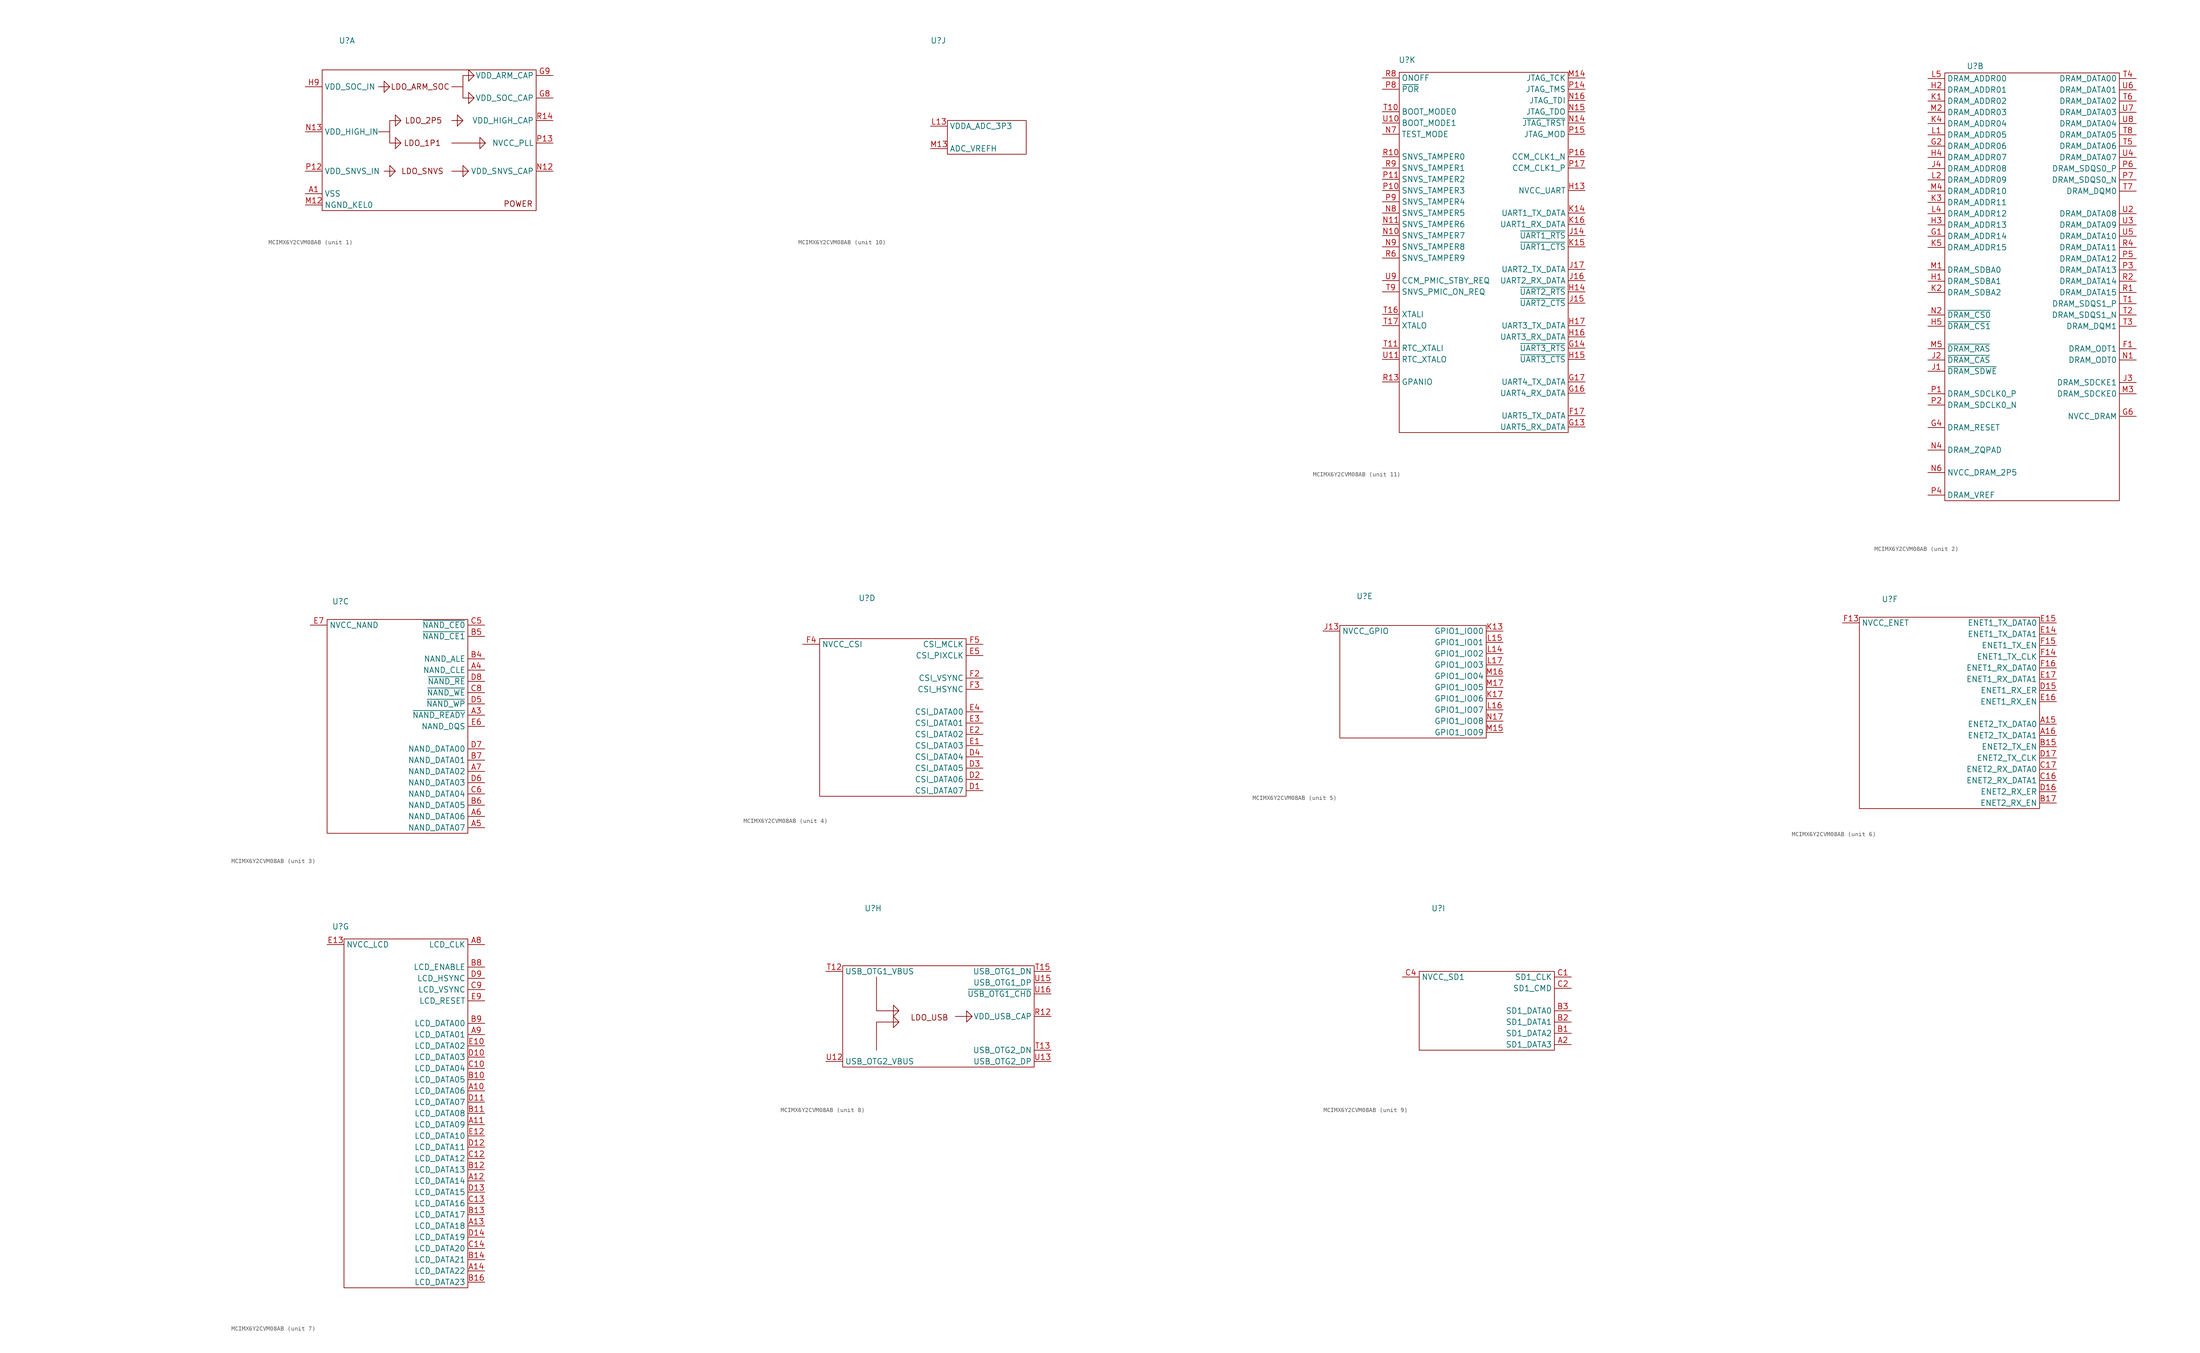
<source format=kicad_sym>
(kicad_symbol_lib
  (version 20231120)
  (generator "kicad_symbol_editor")
  (generator_version "8.0")
  (symbol "MCIMX6Y2CVM08AB"
    (property "Reference" "U"
      (at -16.002 20.574 0)
      (effects (font (size 1.27 1.27))))
    (property "Value" ""
      (at -78.994 -19.558 0)
      (effects (font (size 1.27 1.27))))
    (property "ki_locked" ""
      (at 0 0 0)
      (effects (font (size 1.27 1.27))))
    (symbol "MCIMX6Y2CVM08AB_1_1"
      (rectangle (start -21.59 13.97) (end 26.67 -17.78) (stroke (width 0) (type default)) (fill (type none)))
      (polyline (pts (xy -8.89 10.16) (xy -6.35 10.16) (xy -7.62 11.43) (xy -7.62 8.89) (xy -6.35 10.16)) (stroke (width 0) (type default)) (fill (type none)))
      (polyline (pts (xy -7.62 -8.89) (xy -5.08 -8.89) (xy -6.35 -7.62) (xy -6.35 -10.16) (xy -5.08 -8.89)) (stroke (width 0) (type default)) (fill (type none)))
      (polyline (pts (xy 7.62 -8.89) (xy 11.43 -8.89) (xy 10.16 -7.62) (xy 10.16 -10.16) (xy 11.43 -8.89)) (stroke (width 0) (type default)) (fill (type none)))
      (polyline (pts (xy 7.62 -2.54) (xy 15.24 -2.54) (xy 13.97 -1.27) (xy 13.97 -3.81) (xy 15.24 -2.54)) (stroke (width 0) (type default)) (fill (type none)))
      (polyline (pts (xy 7.62 2.54) (xy 10.16 2.54) (xy 8.89 3.81) (xy 8.89 1.27) (xy 10.16 2.54)) (stroke (width 0) (type default)) (fill (type none)))
      (polyline (pts (xy -6.35 0) (xy -6.35 -2.54) (xy -3.81 -2.54) (xy -5.08 -1.27) (xy -5.08 -3.81) (xy -3.81 -2.54)) (stroke (width 0) (type default)) (fill (type none)))
      (polyline (pts (xy 10.16 10.16) (xy 10.16 7.62) (xy 12.7 7.62) (xy 11.43 8.89) (xy 11.43 6.35) (xy 12.7 7.62)) (stroke (width 0) (type default)) (fill (type none)))
      (polyline (pts (xy -8.89 0) (xy -6.35 0) (xy -6.35 2.54) (xy -3.81 2.54) (xy -5.08 3.81) (xy -5.08 1.27) (xy -3.81 2.54)) (stroke (width 0) (type default)) (fill (type none)))
      (polyline (pts (xy 7.62 10.16) (xy 10.16 10.16) (xy 10.16 12.7) (xy 12.7 12.7) (xy 11.43 13.97) (xy 11.43 11.43) (xy 12.7 12.7)) (stroke (width 0) (type default)) (fill (type none)))
      (text "LDO_1P1" (at 1.016 -2.54 0) (effects (font (size 1.27 1.27))))
      (text "LDO_2P5" (at 1.27 2.54 0) (effects (font (size 1.27 1.27))))
      (text "LDO_ARM_SOC" (at 0.508 10.16 0) (effects (font (size 1.27 1.27))))
      (text "LDO_SNVS" (at 1.016 -8.89 0) (effects (font (size 1.27 1.27))))
      (text "POWER" (at 22.606 -16.256 0) (effects (font (size 1.27 1.27))))
      (pin power_in line (at -25.4 -13.97 0) (length 3.81) (name "VSS" (effects (font (size 1.27 1.27)))) (number "A1" (effects (font (size 1.27 1.27)))))
      (pin power_in line (at -25.4 -13.97 0) (length 3.81) hide (name "VSS" (effects (font (size 1.27 1.27)))) (number "A17" (effects (font (size 1.27 1.27)))))
      (pin power_in line (at -25.4 -13.97 0) (length 3.81) hide (name "VSS" (effects (font (size 1.27 1.27)))) (number "C11" (effects (font (size 1.27 1.27)))))
      (pin power_in line (at -25.4 -13.97 0) (length 3.81) hide (name "VSS" (effects (font (size 1.27 1.27)))) (number "C15" (effects (font (size 1.27 1.27)))))
      (pin power_in line (at -25.4 -13.97 0) (length 3.81) hide (name "VSS" (effects (font (size 1.27 1.27)))) (number "C3" (effects (font (size 1.27 1.27)))))
      (pin power_in line (at -25.4 -13.97 0) (length 3.81) hide (name "VSS" (effects (font (size 1.27 1.27)))) (number "C7" (effects (font (size 1.27 1.27)))))
      (pin power_in line (at -25.4 -13.97 0) (length 3.81) hide (name "VSS" (effects (font (size 1.27 1.27)))) (number "E11" (effects (font (size 1.27 1.27)))))
      (pin power_in line (at -25.4 -13.97 0) (length 3.81) hide (name "VSS" (effects (font (size 1.27 1.27)))) (number "E8" (effects (font (size 1.27 1.27)))))
      (pin power_in line (at -25.4 -13.97 0) (length 3.81) hide (name "VSS" (effects (font (size 1.27 1.27)))) (number "F10" (effects (font (size 1.27 1.27)))))
      (pin power_in line (at -25.4 -13.97 0) (length 3.81) hide (name "VSS" (effects (font (size 1.27 1.27)))) (number "F11" (effects (font (size 1.27 1.27)))))
      (pin power_in line (at -25.4 -13.97 0) (length 3.81) hide (name "VSS" (effects (font (size 1.27 1.27)))) (number "F12" (effects (font (size 1.27 1.27)))))
      (pin power_in line (at -25.4 -13.97 0) (length 3.81) hide (name "VSS" (effects (font (size 1.27 1.27)))) (number "F6" (effects (font (size 1.27 1.27)))))
      (pin power_in line (at -25.4 -13.97 0) (length 3.81) hide (name "VSS" (effects (font (size 1.27 1.27)))) (number "F7" (effects (font (size 1.27 1.27)))))
      (pin power_in line (at -25.4 -13.97 0) (length 3.81) hide (name "VSS" (effects (font (size 1.27 1.27)))) (number "F8" (effects (font (size 1.27 1.27)))))
      (pin power_in line (at -25.4 -13.97 0) (length 3.81) hide (name "VSS" (effects (font (size 1.27 1.27)))) (number "F9" (effects (font (size 1.27 1.27)))))
      (pin power_out line (at 30.48 12.7 180) (length 3.81) hide (name "VDD_ARM_CAP" (effects (font (size 1.27 1.27)))) (number "G10" (effects (font (size 1.27 1.27)))))
      (pin power_out line (at 30.48 12.7 180) (length 3.81) hide (name "VDD_ARM_CAP" (effects (font (size 1.27 1.27)))) (number "G11" (effects (font (size 1.27 1.27)))))
      (pin power_in line (at -25.4 -13.97 0) (length 3.81) hide (name "VSS" (effects (font (size 1.27 1.27)))) (number "G12" (effects (font (size 1.27 1.27)))))
      (pin power_in line (at -25.4 -13.97 0) (length 3.81) hide (name "VSS" (effects (font (size 1.27 1.27)))) (number "G15" (effects (font (size 1.27 1.27)))))
      (pin power_in line (at -25.4 -13.97 0) (length 3.81) hide (name "VSS" (effects (font (size 1.27 1.27)))) (number "G3" (effects (font (size 1.27 1.27)))))
      (pin power_in line (at -25.4 -13.97 0) (length 3.81) hide (name "VSS" (effects (font (size 1.27 1.27)))) (number "G5" (effects (font (size 1.27 1.27)))))
      (pin power_in line (at -25.4 -13.97 0) (length 3.81) hide (name "VSS" (effects (font (size 1.27 1.27)))) (number "G7" (effects (font (size 1.27 1.27)))))
      (pin power_out line (at 30.48 7.62 180) (length 3.81) (name "VDD_SOC_CAP" (effects (font (size 1.27 1.27)))) (number "G8" (effects (font (size 1.27 1.27)))))
      (pin power_out line (at 30.48 12.7 180) (length 3.81) (name "VDD_ARM_CAP" (effects (font (size 1.27 1.27)))) (number "G9" (effects (font (size 1.27 1.27)))))
      (pin power_in line (at -25.4 10.16 0) (length 3.81) hide (name "VDD_SOC_IN" (effects (font (size 1.27 1.27)))) (number "H10" (effects (font (size 1.27 1.27)))))
      (pin power_out line (at 30.48 12.7 180) (length 3.81) hide (name "VDD_ARM_CAP" (effects (font (size 1.27 1.27)))) (number "H11" (effects (font (size 1.27 1.27)))))
      (pin power_in line (at -25.4 -13.97 0) (length 3.81) hide (name "VSS" (effects (font (size 1.27 1.27)))) (number "H12" (effects (font (size 1.27 1.27)))))
      (pin power_in line (at -25.4 -13.97 0) (length 3.81) hide (name "VSS" (effects (font (size 1.27 1.27)))) (number "H7" (effects (font (size 1.27 1.27)))))
      (pin power_out line (at 30.48 7.62 180) (length 3.81) hide (name "VDD_SOC_CAP" (effects (font (size 1.27 1.27)))) (number "H8" (effects (font (size 1.27 1.27)))))
      (pin power_in line (at -25.4 10.16 0) (length 3.81) (name "VDD_SOC_IN" (effects (font (size 1.27 1.27)))) (number "H9" (effects (font (size 1.27 1.27)))))
      (pin power_in line (at -25.4 10.16 0) (length 3.81) hide (name "VDD_SOC_IN" (effects (font (size 1.27 1.27)))) (number "J10" (effects (font (size 1.27 1.27)))))
      (pin power_out line (at 30.48 7.62 180) (length 3.81) hide (name "VDD_SOC_CAP" (effects (font (size 1.27 1.27)))) (number "J11" (effects (font (size 1.27 1.27)))))
      (pin power_in line (at -25.4 -13.97 0) (length 3.81) hide (name "VSS" (effects (font (size 1.27 1.27)))) (number "J12" (effects (font (size 1.27 1.27)))))
      (pin power_in line (at -25.4 -13.97 0) (length 3.81) hide (name "VSS" (effects (font (size 1.27 1.27)))) (number "J5" (effects (font (size 1.27 1.27)))))
      (pin power_in line (at -25.4 -13.97 0) (length 3.81) hide (name "VSS" (effects (font (size 1.27 1.27)))) (number "J7" (effects (font (size 1.27 1.27)))))
      (pin power_out line (at 30.48 7.62 180) (length 3.81) hide (name "VDD_SOC_CAP" (effects (font (size 1.27 1.27)))) (number "J8" (effects (font (size 1.27 1.27)))))
      (pin power_in line (at -25.4 10.16 0) (length 3.81) hide (name "VDD_SOC_IN" (effects (font (size 1.27 1.27)))) (number "J9" (effects (font (size 1.27 1.27)))))
      (pin power_in line (at -25.4 10.16 0) (length 3.81) hide (name "VDD_SOC_IN" (effects (font (size 1.27 1.27)))) (number "K10" (effects (font (size 1.27 1.27)))))
      (pin power_out line (at 30.48 7.62 180) (length 3.81) hide (name "VDD_SOC_CAP" (effects (font (size 1.27 1.27)))) (number "K11" (effects (font (size 1.27 1.27)))))
      (pin power_in line (at -25.4 -13.97 0) (length 3.81) hide (name "VSS" (effects (font (size 1.27 1.27)))) (number "K12" (effects (font (size 1.27 1.27)))))
      (pin power_in line (at -25.4 -13.97 0) (length 3.81) hide (name "VSS" (effects (font (size 1.27 1.27)))) (number "K7" (effects (font (size 1.27 1.27)))))
      (pin power_out line (at 30.48 7.62 180) (length 3.81) hide (name "VDD_SOC_CAP" (effects (font (size 1.27 1.27)))) (number "K8" (effects (font (size 1.27 1.27)))))
      (pin power_in line (at -25.4 10.16 0) (length 3.81) hide (name "VDD_SOC_IN" (effects (font (size 1.27 1.27)))) (number "K9" (effects (font (size 1.27 1.27)))))
      (pin power_out line (at 30.48 7.62 180) (length 3.81) hide (name "VDD_SOC_CAP" (effects (font (size 1.27 1.27)))) (number "L10" (effects (font (size 1.27 1.27)))))
      (pin power_out line (at 30.48 7.62 180) (length 3.81) hide (name "VDD_SOC_CAP" (effects (font (size 1.27 1.27)))) (number "L11" (effects (font (size 1.27 1.27)))))
      (pin power_in line (at -25.4 -13.97 0) (length 3.81) hide (name "VSS" (effects (font (size 1.27 1.27)))) (number "L12" (effects (font (size 1.27 1.27)))))
      (pin power_in line (at -25.4 -13.97 0) (length 3.81) hide (name "VSS" (effects (font (size 1.27 1.27)))) (number "L3" (effects (font (size 1.27 1.27)))))
      (pin power_in line (at -25.4 -13.97 0) (length 3.81) hide (name "VSS" (effects (font (size 1.27 1.27)))) (number "L7" (effects (font (size 1.27 1.27)))))
      (pin power_out line (at 30.48 7.62 180) (length 3.81) hide (name "VDD_SOC_CAP" (effects (font (size 1.27 1.27)))) (number "L8" (effects (font (size 1.27 1.27)))))
      (pin power_out line (at 30.48 7.62 180) (length 3.81) hide (name "VDD_SOC_CAP" (effects (font (size 1.27 1.27)))) (number "L9" (effects (font (size 1.27 1.27)))))
      (pin power_in line (at -25.4 -13.97 0) (length 3.81) hide (name "VSS" (effects (font (size 1.27 1.27)))) (number "M10" (effects (font (size 1.27 1.27)))))
      (pin power_in line (at -25.4 -13.97 0) (length 3.81) hide (name "VSS" (effects (font (size 1.27 1.27)))) (number "M11" (effects (font (size 1.27 1.27)))))
      (pin power_in line (at -25.4 -16.51 0) (length 3.81) (name "NGND_KEL0" (effects (font (size 1.27 1.27)))) (number "M12" (effects (font (size 1.27 1.27)))))
      (pin power_in line (at -25.4 -13.97 0) (length 3.81) hide (name "VSS" (effects (font (size 1.27 1.27)))) (number "M7" (effects (font (size 1.27 1.27)))))
      (pin power_in line (at -25.4 -13.97 0) (length 3.81) hide (name "VSS" (effects (font (size 1.27 1.27)))) (number "M8" (effects (font (size 1.27 1.27)))))
      (pin power_in line (at -25.4 -13.97 0) (length 3.81) hide (name "VSS" (effects (font (size 1.27 1.27)))) (number "M9" (effects (font (size 1.27 1.27)))))
      (pin power_out line (at 30.48 -8.89 180) (length 3.81) (name "VDD_SNVS_CAP" (effects (font (size 1.27 1.27)))) (number "N12" (effects (font (size 1.27 1.27)))))
      (pin power_in line (at -25.4 0 0) (length 3.81) (name "VDD_HIGH_IN" (effects (font (size 1.27 1.27)))) (number "N13" (effects (font (size 1.27 1.27)))))
      (pin power_in line (at -25.4 -13.97 0) (length 3.81) hide (name "VSS" (effects (font (size 1.27 1.27)))) (number "N3" (effects (font (size 1.27 1.27)))))
      (pin power_in line (at -25.4 -13.97 0) (length 3.81) hide (name "VSS" (effects (font (size 1.27 1.27)))) (number "N5" (effects (font (size 1.27 1.27)))))
      (pin power_in line (at -25.4 -8.89 0) (length 3.81) (name "VDD_SNVS_IN" (effects (font (size 1.27 1.27)))) (number "P12" (effects (font (size 1.27 1.27)))))
      (pin power_out line (at 30.48 -2.54 180) (length 3.81) (name "NVCC_PLL" (effects (font (size 1.27 1.27)))) (number "P13" (effects (font (size 1.27 1.27)))))
      (pin power_in line (at -25.4 -13.97 0) (length 3.81) hide (name "VSS" (effects (font (size 1.27 1.27)))) (number "R11" (effects (font (size 1.27 1.27)))))
      (pin power_out line (at 30.48 2.54 180) (length 3.81) (name "VDD_HIGH_CAP" (effects (font (size 1.27 1.27)))) (number "R14" (effects (font (size 1.27 1.27)))))
      (pin power_out line (at 30.48 2.54 180) (length 3.81) hide (name "VDD_HIGH_CAP" (effects (font (size 1.27 1.27)))) (number "R15" (effects (font (size 1.27 1.27)))))
      (pin power_in line (at -25.4 -13.97 0) (length 3.81) hide (name "VSS" (effects (font (size 1.27 1.27)))) (number "R16" (effects (font (size 1.27 1.27)))))
      (pin power_in line (at -25.4 -13.97 0) (length 3.81) hide (name "VSS" (effects (font (size 1.27 1.27)))) (number "R17" (effects (font (size 1.27 1.27)))))
      (pin power_in line (at -25.4 -13.97 0) (length 3.81) hide (name "VSS" (effects (font (size 1.27 1.27)))) (number "R3" (effects (font (size 1.27 1.27)))))
      (pin power_in line (at -25.4 -13.97 0) (length 3.81) hide (name "VSS" (effects (font (size 1.27 1.27)))) (number "R5" (effects (font (size 1.27 1.27)))))
      (pin power_in line (at -25.4 -13.97 0) (length 3.81) hide (name "VSS" (effects (font (size 1.27 1.27)))) (number "R7" (effects (font (size 1.27 1.27)))))
      (pin power_in line (at -25.4 -13.97 0) (length 3.81) hide (name "VSS" (effects (font (size 1.27 1.27)))) (number "T14" (effects (font (size 1.27 1.27)))))
      (pin power_in line (at -25.4 -13.97 0) (length 3.81) hide (name "VSS" (effects (font (size 1.27 1.27)))) (number "U1" (effects (font (size 1.27 1.27)))))
      (pin power_in line (at -25.4 -13.97 0) (length 3.81) hide (name "VSS" (effects (font (size 1.27 1.27)))) (number "U14" (effects (font (size 1.27 1.27)))))
      (pin power_in line (at -25.4 -13.97 0) (length 3.81) hide (name "VSS" (effects (font (size 1.27 1.27)))) (number "U17" (effects (font (size 1.27 1.27))))))
    (symbol "MCIMX6Y2CVM08AB_2_1"
      (rectangle (start -22.86 -77.47) (end 16.51 19.05) (stroke (width 0) (type default)) (fill (type none)))
      (pin bidirectional line (at 20.32 -43.18 180) (length 3.81) (name "DRAM_ODT1" (effects (font (size 1.27 1.27)))) (number "F1" (effects (font (size 1.27 1.27)))))
      (pin output line (at -26.67 -17.78 0) (length 3.81) (name "DRAM_ADDR14" (effects (font (size 1.27 1.27)))) (number "G1" (effects (font (size 1.27 1.27)))))
      (pin output line (at -26.67 2.54 0) (length 3.81) (name "DRAM_ADDR06" (effects (font (size 1.27 1.27)))) (number "G2" (effects (font (size 1.27 1.27)))))
      (pin passive line (at -26.67 -60.96 0) (length 3.81) (name "DRAM_RESET" (effects (font (size 1.27 1.27)))) (number "G4" (effects (font (size 1.27 1.27)))))
      (pin power_in line (at 20.32 -58.42 180) (length 3.81) (name "NVCC_DRAM" (effects (font (size 1.27 1.27)))) (number "G6" (effects (font (size 1.27 1.27)))))
      (pin output line (at -26.67 -27.94 0) (length 3.81) (name "DRAM_SDBA1" (effects (font (size 1.27 1.27)))) (number "H1" (effects (font (size 1.27 1.27)))))
      (pin output line (at -26.67 15.24 0) (length 3.81) (name "DRAM_ADDR01" (effects (font (size 1.27 1.27)))) (number "H2" (effects (font (size 1.27 1.27)))))
      (pin output line (at -26.67 -15.24 0) (length 3.81) (name "DRAM_ADDR13" (effects (font (size 1.27 1.27)))) (number "H3" (effects (font (size 1.27 1.27)))))
      (pin output line (at -26.67 0 0) (length 3.81) (name "DRAM_ADDR07" (effects (font (size 1.27 1.27)))) (number "H4" (effects (font (size 1.27 1.27)))))
      (pin output line (at -26.67 -38.1 0) (length 3.81) (name "~{DRAM_CS1}" (effects (font (size 1.27 1.27)))) (number "H5" (effects (font (size 1.27 1.27)))))
      (pin power_in line (at 20.32 -58.42 180) (length 3.81) hide (name "NVCC_DRAM" (effects (font (size 1.27 1.27)))) (number "H6" (effects (font (size 1.27 1.27)))))
      (pin output line (at -26.67 -48.26 0) (length 3.81) (name "~{DRAM_SDWE}" (effects (font (size 1.27 1.27)))) (number "J1" (effects (font (size 1.27 1.27)))))
      (pin output line (at -26.67 -45.72 0) (length 3.81) (name "~{DRAM_CAS}" (effects (font (size 1.27 1.27)))) (number "J2" (effects (font (size 1.27 1.27)))))
      (pin passive line (at 20.32 -50.8 180) (length 3.81) (name "DRAM_SDCKE1" (effects (font (size 1.27 1.27)))) (number "J3" (effects (font (size 1.27 1.27)))))
      (pin output line (at -26.67 -2.54 0) (length 3.81) (name "DRAM_ADDR08" (effects (font (size 1.27 1.27)))) (number "J4" (effects (font (size 1.27 1.27)))))
      (pin power_in line (at 20.32 -58.42 180) (length 3.81) hide (name "NVCC_DRAM" (effects (font (size 1.27 1.27)))) (number "J6" (effects (font (size 1.27 1.27)))))
      (pin output line (at -26.67 12.7 0) (length 3.81) (name "DRAM_ADDR02" (effects (font (size 1.27 1.27)))) (number "K1" (effects (font (size 1.27 1.27)))))
      (pin output line (at -26.67 -30.48 0) (length 3.81) (name "DRAM_SDBA2" (effects (font (size 1.27 1.27)))) (number "K2" (effects (font (size 1.27 1.27)))))
      (pin output line (at -26.67 -10.16 0) (length 3.81) (name "DRAM_ADDR11" (effects (font (size 1.27 1.27)))) (number "K3" (effects (font (size 1.27 1.27)))))
      (pin output line (at -26.67 7.62 0) (length 3.81) (name "DRAM_ADDR04" (effects (font (size 1.27 1.27)))) (number "K4" (effects (font (size 1.27 1.27)))))
      (pin output line (at -26.67 -20.32 0) (length 3.81) (name "DRAM_ADDR15" (effects (font (size 1.27 1.27)))) (number "K5" (effects (font (size 1.27 1.27)))))
      (pin power_in line (at 20.32 -58.42 180) (length 3.81) hide (name "NVCC_DRAM" (effects (font (size 1.27 1.27)))) (number "K6" (effects (font (size 1.27 1.27)))))
      (pin output line (at -26.67 5.08 0) (length 3.81) (name "DRAM_ADDR05" (effects (font (size 1.27 1.27)))) (number "L1" (effects (font (size 1.27 1.27)))))
      (pin output line (at -26.67 -5.08 0) (length 3.81) (name "DRAM_ADDR09" (effects (font (size 1.27 1.27)))) (number "L2" (effects (font (size 1.27 1.27)))))
      (pin output line (at -26.67 -12.7 0) (length 3.81) (name "DRAM_ADDR12" (effects (font (size 1.27 1.27)))) (number "L4" (effects (font (size 1.27 1.27)))))
      (pin output line (at -26.67 17.78 0) (length 3.81) (name "DRAM_ADDR00" (effects (font (size 1.27 1.27)))) (number "L5" (effects (font (size 1.27 1.27)))))
      (pin power_in line (at 20.32 -58.42 180) (length 3.81) hide (name "NVCC_DRAM" (effects (font (size 1.27 1.27)))) (number "L6" (effects (font (size 1.27 1.27)))))
      (pin output line (at -26.67 -25.4 0) (length 3.81) (name "DRAM_SDBA0" (effects (font (size 1.27 1.27)))) (number "M1" (effects (font (size 1.27 1.27)))))
      (pin output line (at -26.67 10.16 0) (length 3.81) (name "DRAM_ADDR03" (effects (font (size 1.27 1.27)))) (number "M2" (effects (font (size 1.27 1.27)))))
      (pin passive line (at 20.32 -53.34 180) (length 3.81) (name "DRAM_SDCKE0" (effects (font (size 1.27 1.27)))) (number "M3" (effects (font (size 1.27 1.27)))))
      (pin output line (at -26.67 -7.62 0) (length 3.81) (name "DRAM_ADDR10" (effects (font (size 1.27 1.27)))) (number "M4" (effects (font (size 1.27 1.27)))))
      (pin output line (at -26.67 -43.18 0) (length 3.81) (name "~{DRAM_RAS}" (effects (font (size 1.27 1.27)))) (number "M5" (effects (font (size 1.27 1.27)))))
      (pin power_in line (at 20.32 -58.42 180) (length 3.81) hide (name "NVCC_DRAM" (effects (font (size 1.27 1.27)))) (number "M6" (effects (font (size 1.27 1.27)))))
      (pin bidirectional line (at 20.32 -45.72 180) (length 3.81) (name "DRAM_ODT0" (effects (font (size 1.27 1.27)))) (number "N1" (effects (font (size 1.27 1.27)))))
      (pin output line (at -26.67 -35.56 0) (length 3.81) (name "~{DRAM_CS0}" (effects (font (size 1.27 1.27)))) (number "N2" (effects (font (size 1.27 1.27)))))
      (pin passive line (at -26.67 -66.04 0) (length 3.81) (name "DRAM_ZQPAD" (effects (font (size 1.27 1.27)))) (number "N4" (effects (font (size 1.27 1.27)))))
      (pin power_in line (at -26.67 -71.12 0) (length 3.81) (name "NVCC_DRAM_2P5" (effects (font (size 1.27 1.27)))) (number "N6" (effects (font (size 1.27 1.27)))))
      (pin output line (at -26.67 -53.34 0) (length 3.81) (name "DRAM_SDCLK0_P" (effects (font (size 1.27 1.27)))) (number "P1" (effects (font (size 1.27 1.27)))))
      (pin output line (at -26.67 -55.88 0) (length 3.81) (name "DRAM_SDCLK0_N" (effects (font (size 1.27 1.27)))) (number "P2" (effects (font (size 1.27 1.27)))))
      (pin bidirectional line (at 20.32 -25.4 180) (length 3.81) (name "DRAM_DATA13" (effects (font (size 1.27 1.27)))) (number "P3" (effects (font (size 1.27 1.27)))))
      (pin power_in line (at -26.67 -76.2 0) (length 3.81) (name "DRAM_VREF" (effects (font (size 1.27 1.27)))) (number "P4" (effects (font (size 1.27 1.27)))))
      (pin bidirectional line (at 20.32 -22.86 180) (length 3.81) (name "DRAM_DATA12" (effects (font (size 1.27 1.27)))) (number "P5" (effects (font (size 1.27 1.27)))))
      (pin bidirectional line (at 20.32 -2.54 180) (length 3.81) (name "DRAM_SDQS0_P" (effects (font (size 1.27 1.27)))) (number "P6" (effects (font (size 1.27 1.27)))))
      (pin bidirectional line (at 20.32 -5.08 180) (length 3.81) (name "DRAM_SDQS0_N" (effects (font (size 1.27 1.27)))) (number "P7" (effects (font (size 1.27 1.27)))))
      (pin bidirectional line (at 20.32 -30.48 180) (length 3.81) (name "DRAM_DATA15" (effects (font (size 1.27 1.27)))) (number "R1" (effects (font (size 1.27 1.27)))))
      (pin bidirectional line (at 20.32 -27.94 180) (length 3.81) (name "DRAM_DATA14" (effects (font (size 1.27 1.27)))) (number "R2" (effects (font (size 1.27 1.27)))))
      (pin bidirectional line (at 20.32 -20.32 180) (length 3.81) (name "DRAM_DATA11" (effects (font (size 1.27 1.27)))) (number "R4" (effects (font (size 1.27 1.27)))))
      (pin bidirectional line (at 20.32 -33.02 180) (length 3.81) (name "DRAM_SDQS1_P" (effects (font (size 1.27 1.27)))) (number "T1" (effects (font (size 1.27 1.27)))))
      (pin bidirectional line (at 20.32 -35.56 180) (length 3.81) (name "DRAM_SDQS1_N" (effects (font (size 1.27 1.27)))) (number "T2" (effects (font (size 1.27 1.27)))))
      (pin bidirectional line (at 20.32 -38.1 180) (length 3.81) (name "DRAM_DQM1" (effects (font (size 1.27 1.27)))) (number "T3" (effects (font (size 1.27 1.27)))))
      (pin bidirectional line (at 20.32 17.78 180) (length 3.81) (name "DRAM_DATA00" (effects (font (size 1.27 1.27)))) (number "T4" (effects (font (size 1.27 1.27)))))
      (pin bidirectional line (at 20.32 2.54 180) (length 3.81) (name "DRAM_DATA06" (effects (font (size 1.27 1.27)))) (number "T5" (effects (font (size 1.27 1.27)))))
      (pin bidirectional line (at 20.32 12.7 180) (length 3.81) (name "DRAM_DATA02" (effects (font (size 1.27 1.27)))) (number "T6" (effects (font (size 1.27 1.27)))))
      (pin bidirectional line (at 20.32 -7.62 180) (length 3.81) (name "DRAM_DQM0" (effects (font (size 1.27 1.27)))) (number "T7" (effects (font (size 1.27 1.27)))))
      (pin bidirectional line (at 20.32 5.08 180) (length 3.81) (name "DRAM_DATA05" (effects (font (size 1.27 1.27)))) (number "T8" (effects (font (size 1.27 1.27)))))
      (pin bidirectional line (at 20.32 -12.7 180) (length 3.81) (name "DRAM_DATA08" (effects (font (size 1.27 1.27)))) (number "U2" (effects (font (size 1.27 1.27)))))
      (pin bidirectional line (at 20.32 -15.24 180) (length 3.81) (name "DRAM_DATA09" (effects (font (size 1.27 1.27)))) (number "U3" (effects (font (size 1.27 1.27)))))
      (pin bidirectional line (at 20.32 0 180) (length 3.81) (name "DRAM_DATA07" (effects (font (size 1.27 1.27)))) (number "U4" (effects (font (size 1.27 1.27)))))
      (pin bidirectional line (at 20.32 -17.78 180) (length 3.81) (name "DRAM_DATA10" (effects (font (size 1.27 1.27)))) (number "U5" (effects (font (size 1.27 1.27)))))
      (pin bidirectional line (at 20.32 15.24 180) (length 3.81) (name "DRAM_DATA01" (effects (font (size 1.27 1.27)))) (number "U6" (effects (font (size 1.27 1.27)))))
      (pin bidirectional line (at 20.32 10.16 180) (length 3.81) (name "DRAM_DATA03" (effects (font (size 1.27 1.27)))) (number "U7" (effects (font (size 1.27 1.27)))))
      (pin bidirectional line (at 20.32 7.62 180) (length 3.81) (name "DRAM_DATA04" (effects (font (size 1.27 1.27)))) (number "U8" (effects (font (size 1.27 1.27))))))
    (symbol "MCIMX6Y2CVM08AB_3_1"
      (rectangle (start -19.05 16.51) (end 12.7 -31.75) (stroke (width 0) (type default)) (fill (type none)))
      (pin passive line (at 16.51 -5.08 180) (length 3.81) (name "~{NAND_READY}" (effects (font (size 1.27 1.27)))) (number "A3" (effects (font (size 1.27 1.27)))))
      (pin passive line (at 16.51 5.08 180) (length 3.81) (name "NAND_CLE" (effects (font (size 1.27 1.27)))) (number "A4" (effects (font (size 1.27 1.27)))))
      (pin passive line (at 16.51 -30.48 180) (length 3.81) (name "NAND_DATA07" (effects (font (size 1.27 1.27)))) (number "A5" (effects (font (size 1.27 1.27)))))
      (pin passive line (at 16.51 -27.94 180) (length 3.81) (name "NAND_DATA06" (effects (font (size 1.27 1.27)))) (number "A6" (effects (font (size 1.27 1.27)))))
      (pin passive line (at 16.51 -17.78 180) (length 3.81) (name "NAND_DATA02" (effects (font (size 1.27 1.27)))) (number "A7" (effects (font (size 1.27 1.27)))))
      (pin passive line (at 16.51 7.62 180) (length 3.81) (name "NAND_ALE" (effects (font (size 1.27 1.27)))) (number "B4" (effects (font (size 1.27 1.27)))))
      (pin passive line (at 16.51 12.7 180) (length 3.81) (name "~{NAND_CE1}" (effects (font (size 1.27 1.27)))) (number "B5" (effects (font (size 1.27 1.27)))))
      (pin passive line (at 16.51 -25.4 180) (length 3.81) (name "NAND_DATA05" (effects (font (size 1.27 1.27)))) (number "B6" (effects (font (size 1.27 1.27)))))
      (pin passive line (at 16.51 -15.24 180) (length 3.81) (name "NAND_DATA01" (effects (font (size 1.27 1.27)))) (number "B7" (effects (font (size 1.27 1.27)))))
      (pin passive line (at 16.51 15.24 180) (length 3.81) (name "~{NAND_CE0}" (effects (font (size 1.27 1.27)))) (number "C5" (effects (font (size 1.27 1.27)))))
      (pin passive line (at 16.51 -22.86 180) (length 3.81) (name "NAND_DATA04" (effects (font (size 1.27 1.27)))) (number "C6" (effects (font (size 1.27 1.27)))))
      (pin passive line (at 16.51 0 180) (length 3.81) (name "~{NAND_WE}" (effects (font (size 1.27 1.27)))) (number "C8" (effects (font (size 1.27 1.27)))))
      (pin passive line (at 16.51 -2.54 180) (length 3.81) (name "~{NAND_WP}" (effects (font (size 1.27 1.27)))) (number "D5" (effects (font (size 1.27 1.27)))))
      (pin passive line (at 16.51 -20.32 180) (length 3.81) (name "NAND_DATA03" (effects (font (size 1.27 1.27)))) (number "D6" (effects (font (size 1.27 1.27)))))
      (pin passive line (at 16.51 -12.7 180) (length 3.81) (name "NAND_DATA00" (effects (font (size 1.27 1.27)))) (number "D7" (effects (font (size 1.27 1.27)))))
      (pin passive line (at 16.51 2.54 180) (length 3.81) (name "~{NAND_RE}" (effects (font (size 1.27 1.27)))) (number "D8" (effects (font (size 1.27 1.27)))))
      (pin passive line (at 16.51 -7.62 180) (length 3.81) (name "NAND_DQS" (effects (font (size 1.27 1.27)))) (number "E6" (effects (font (size 1.27 1.27)))))
      (pin power_in line (at -22.86 15.24 0) (length 3.81) (name "NVCC_NAND" (effects (font (size 1.27 1.27)))) (number "E7" (effects (font (size 1.27 1.27))))))
    (symbol "MCIMX6Y2CVM08AB_4_1"
      (rectangle (start 6.35 -24.13) (end -26.67 11.43) (stroke (width 0) (type default)) (fill (type none)))
      (pin passive line (at 10.16 -22.86 180) (length 3.81) (name "CSI_DATA07" (effects (font (size 1.27 1.27)))) (number "D1" (effects (font (size 1.27 1.27)))))
      (pin passive line (at 10.16 -20.32 180) (length 3.81) (name "CSI_DATA06" (effects (font (size 1.27 1.27)))) (number "D2" (effects (font (size 1.27 1.27)))))
      (pin passive line (at 10.16 -17.78 180) (length 3.81) (name "CSI_DATA05" (effects (font (size 1.27 1.27)))) (number "D3" (effects (font (size 1.27 1.27)))))
      (pin passive line (at 10.16 -15.24 180) (length 3.81) (name "CSI_DATA04" (effects (font (size 1.27 1.27)))) (number "D4" (effects (font (size 1.27 1.27)))))
      (pin passive line (at 10.16 -12.7 180) (length 3.81) (name "CSI_DATA03" (effects (font (size 1.27 1.27)))) (number "E1" (effects (font (size 1.27 1.27)))))
      (pin passive line (at 10.16 -10.16 180) (length 3.81) (name "CSI_DATA02" (effects (font (size 1.27 1.27)))) (number "E2" (effects (font (size 1.27 1.27)))))
      (pin passive line (at 10.16 -7.62 180) (length 3.81) (name "CSI_DATA01" (effects (font (size 1.27 1.27)))) (number "E3" (effects (font (size 1.27 1.27)))))
      (pin passive line (at 10.16 -5.08 180) (length 3.81) (name "CSI_DATA00" (effects (font (size 1.27 1.27)))) (number "E4" (effects (font (size 1.27 1.27)))))
      (pin passive line (at 10.16 7.62 180) (length 3.81) (name "CSI_PIXCLK" (effects (font (size 1.27 1.27)))) (number "E5" (effects (font (size 1.27 1.27)))))
      (pin passive line (at 10.16 2.54 180) (length 3.81) (name "CSI_VSYNC" (effects (font (size 1.27 1.27)))) (number "F2" (effects (font (size 1.27 1.27)))))
      (pin passive line (at 10.16 0 180) (length 3.81) (name "CSI_HSYNC" (effects (font (size 1.27 1.27)))) (number "F3" (effects (font (size 1.27 1.27)))))
      (pin power_in line (at -30.48 10.16 0) (length 3.81) (name "NVCC_CSI" (effects (font (size 1.27 1.27)))) (number "F4" (effects (font (size 1.27 1.27)))))
      (pin passive line (at 10.16 10.16 180) (length 3.81) (name "CSI_MCLK" (effects (font (size 1.27 1.27)))) (number "F5" (effects (font (size 1.27 1.27))))))
    (symbol "MCIMX6Y2CVM08AB_5_1"
      (rectangle (start 11.43 -11.43) (end -21.59 13.97) (stroke (width 0) (type default)) (fill (type none)))
      (pin power_in line (at -25.4 12.7 0) (length 3.81) (name "NVCC_GPIO" (effects (font (size 1.27 1.27)))) (number "J13" (effects (font (size 1.27 1.27)))))
      (pin passive line (at 15.24 12.7 180) (length 3.81) (name "GPIO1_IO00" (effects (font (size 1.27 1.27)))) (number "K13" (effects (font (size 1.27 1.27)))))
      (pin passive line (at 15.24 -2.54 180) (length 3.81) (name "GPIO1_IO06" (effects (font (size 1.27 1.27)))) (number "K17" (effects (font (size 1.27 1.27)))))
      (pin passive line (at 15.24 7.62 180) (length 3.81) (name "GPIO1_IO02" (effects (font (size 1.27 1.27)))) (number "L14" (effects (font (size 1.27 1.27)))))
      (pin passive line (at 15.24 10.16 180) (length 3.81) (name "GPIO1_IO01" (effects (font (size 1.27 1.27)))) (number "L15" (effects (font (size 1.27 1.27)))))
      (pin passive line (at 15.24 -5.08 180) (length 3.81) (name "GPIO1_IO07" (effects (font (size 1.27 1.27)))) (number "L16" (effects (font (size 1.27 1.27)))))
      (pin passive line (at 15.24 5.08 180) (length 3.81) (name "GPIO1_IO03" (effects (font (size 1.27 1.27)))) (number "L17" (effects (font (size 1.27 1.27)))))
      (pin passive line (at 15.24 -10.16 180) (length 3.81) (name "GPIO1_IO09" (effects (font (size 1.27 1.27)))) (number "M15" (effects (font (size 1.27 1.27)))))
      (pin passive line (at 15.24 2.54 180) (length 3.81) (name "GPIO1_IO04" (effects (font (size 1.27 1.27)))) (number "M16" (effects (font (size 1.27 1.27)))))
      (pin passive line (at 15.24 0 180) (length 3.81) (name "GPIO1_IO05" (effects (font (size 1.27 1.27)))) (number "M17" (effects (font (size 1.27 1.27)))))
      (pin passive line (at 15.24 -7.62 180) (length 3.81) (name "GPIO1_IO08" (effects (font (size 1.27 1.27)))) (number "N17" (effects (font (size 1.27 1.27))))))
    (symbol "MCIMX6Y2CVM08AB_6_1"
      (rectangle (start 17.78 -26.67) (end -22.86 16.51) (stroke (width 0) (type default)) (fill (type none)))
      (pin passive line (at 21.59 -7.62 180) (length 3.81) (name "ENET2_TX_DATA0" (effects (font (size 1.27 1.27)))) (number "A15" (effects (font (size 1.27 1.27)))))
      (pin passive line (at 21.59 -10.16 180) (length 3.81) (name "ENET2_TX_DATA1" (effects (font (size 1.27 1.27)))) (number "A16" (effects (font (size 1.27 1.27)))))
      (pin passive line (at 21.59 -12.7 180) (length 3.81) (name "ENET2_TX_EN" (effects (font (size 1.27 1.27)))) (number "B15" (effects (font (size 1.27 1.27)))))
      (pin passive line (at 21.59 -25.4 180) (length 3.81) (name "ENET2_RX_EN" (effects (font (size 1.27 1.27)))) (number "B17" (effects (font (size 1.27 1.27)))))
      (pin passive line (at 21.59 -20.32 180) (length 3.81) (name "ENET2_RX_DATA1" (effects (font (size 1.27 1.27)))) (number "C16" (effects (font (size 1.27 1.27)))))
      (pin passive line (at 21.59 -17.78 180) (length 3.81) (name "ENET2_RX_DATA0" (effects (font (size 1.27 1.27)))) (number "C17" (effects (font (size 1.27 1.27)))))
      (pin passive line (at 21.59 0 180) (length 3.81) (name "ENET1_RX_ER" (effects (font (size 1.27 1.27)))) (number "D15" (effects (font (size 1.27 1.27)))))
      (pin passive line (at 21.59 -22.86 180) (length 3.81) (name "ENET2_RX_ER" (effects (font (size 1.27 1.27)))) (number "D16" (effects (font (size 1.27 1.27)))))
      (pin passive line (at 21.59 -15.24 180) (length 3.81) (name "ENET2_TX_CLK" (effects (font (size 1.27 1.27)))) (number "D17" (effects (font (size 1.27 1.27)))))
      (pin passive line (at 21.59 12.7 180) (length 3.81) (name "ENET1_TX_DATA1" (effects (font (size 1.27 1.27)))) (number "E14" (effects (font (size 1.27 1.27)))))
      (pin passive line (at 21.59 15.24 180) (length 3.81) (name "ENET1_TX_DATA0" (effects (font (size 1.27 1.27)))) (number "E15" (effects (font (size 1.27 1.27)))))
      (pin passive line (at 21.59 -2.54 180) (length 3.81) (name "ENET1_RX_EN" (effects (font (size 1.27 1.27)))) (number "E16" (effects (font (size 1.27 1.27)))))
      (pin passive line (at 21.59 2.54 180) (length 3.81) (name "ENET1_RX_DATA1" (effects (font (size 1.27 1.27)))) (number "E17" (effects (font (size 1.27 1.27)))))
      (pin power_in line (at -26.67 15.24 0) (length 3.81) (name "NVCC_ENET" (effects (font (size 1.27 1.27)))) (number "F13" (effects (font (size 1.27 1.27)))))
      (pin passive line (at 21.59 7.62 180) (length 3.81) (name "ENET1_TX_CLK" (effects (font (size 1.27 1.27)))) (number "F14" (effects (font (size 1.27 1.27)))))
      (pin passive line (at 21.59 10.16 180) (length 3.81) (name "ENET1_TX_EN" (effects (font (size 1.27 1.27)))) (number "F15" (effects (font (size 1.27 1.27)))))
      (pin passive line (at 21.59 5.08 180) (length 3.81) (name "ENET1_RX_DATA0" (effects (font (size 1.27 1.27)))) (number "F16" (effects (font (size 1.27 1.27))))))
    (symbol "MCIMX6Y2CVM08AB_7_1"
      (rectangle (start 12.7 -60.96) (end -15.24 17.78) (stroke (width 0) (type default)) (fill (type none)))
      (pin passive line (at 16.51 -16.51 180) (length 3.81) (name "LCD_DATA06" (effects (font (size 1.27 1.27)))) (number "A10" (effects (font (size 1.27 1.27)))))
      (pin passive line (at 16.51 -24.13 180) (length 3.81) (name "LCD_DATA09" (effects (font (size 1.27 1.27)))) (number "A11" (effects (font (size 1.27 1.27)))))
      (pin passive line (at 16.51 -36.83 180) (length 3.81) (name "LCD_DATA14" (effects (font (size 1.27 1.27)))) (number "A12" (effects (font (size 1.27 1.27)))))
      (pin passive line (at 16.51 -46.99 180) (length 3.81) (name "LCD_DATA18" (effects (font (size 1.27 1.27)))) (number "A13" (effects (font (size 1.27 1.27)))))
      (pin passive line (at 16.51 -57.15 180) (length 3.81) (name "LCD_DATA22" (effects (font (size 1.27 1.27)))) (number "A14" (effects (font (size 1.27 1.27)))))
      (pin output line (at 16.51 16.51 180) (length 3.81) (name "LCD_CLK" (effects (font (size 1.27 1.27)))) (number "A8" (effects (font (size 1.27 1.27)))))
      (pin passive line (at 16.51 -3.81 180) (length 3.81) (name "LCD_DATA01" (effects (font (size 1.27 1.27)))) (number "A9" (effects (font (size 1.27 1.27)))))
      (pin passive line (at 16.51 -13.97 180) (length 3.81) (name "LCD_DATA05" (effects (font (size 1.27 1.27)))) (number "B10" (effects (font (size 1.27 1.27)))))
      (pin passive line (at 16.51 -21.59 180) (length 3.81) (name "LCD_DATA08" (effects (font (size 1.27 1.27)))) (number "B11" (effects (font (size 1.27 1.27)))))
      (pin passive line (at 16.51 -34.29 180) (length 3.81) (name "LCD_DATA13" (effects (font (size 1.27 1.27)))) (number "B12" (effects (font (size 1.27 1.27)))))
      (pin passive line (at 16.51 -44.45 180) (length 3.81) (name "LCD_DATA17" (effects (font (size 1.27 1.27)))) (number "B13" (effects (font (size 1.27 1.27)))))
      (pin passive line (at 16.51 -54.61 180) (length 3.81) (name "LCD_DATA21" (effects (font (size 1.27 1.27)))) (number "B14" (effects (font (size 1.27 1.27)))))
      (pin passive line (at 16.51 -59.69 180) (length 3.81) (name "LCD_DATA23" (effects (font (size 1.27 1.27)))) (number "B16" (effects (font (size 1.27 1.27)))))
      (pin output line (at 16.51 11.43 180) (length 3.81) (name "LCD_ENABLE" (effects (font (size 1.27 1.27)))) (number "B8" (effects (font (size 1.27 1.27)))))
      (pin passive line (at 16.51 -1.27 180) (length 3.81) (name "LCD_DATA00" (effects (font (size 1.27 1.27)))) (number "B9" (effects (font (size 1.27 1.27)))))
      (pin passive line (at 16.51 -11.43 180) (length 3.81) (name "LCD_DATA04" (effects (font (size 1.27 1.27)))) (number "C10" (effects (font (size 1.27 1.27)))))
      (pin passive line (at 16.51 -31.75 180) (length 3.81) (name "LCD_DATA12" (effects (font (size 1.27 1.27)))) (number "C12" (effects (font (size 1.27 1.27)))))
      (pin passive line (at 16.51 -41.91 180) (length 3.81) (name "LCD_DATA16" (effects (font (size 1.27 1.27)))) (number "C13" (effects (font (size 1.27 1.27)))))
      (pin passive line (at 16.51 -52.07 180) (length 3.81) (name "LCD_DATA20" (effects (font (size 1.27 1.27)))) (number "C14" (effects (font (size 1.27 1.27)))))
      (pin output line (at 16.51 6.35 180) (length 3.81) (name "LCD_VSYNC" (effects (font (size 1.27 1.27)))) (number "C9" (effects (font (size 1.27 1.27)))))
      (pin passive line (at 16.51 -8.89 180) (length 3.81) (name "LCD_DATA03" (effects (font (size 1.27 1.27)))) (number "D10" (effects (font (size 1.27 1.27)))))
      (pin passive line (at 16.51 -19.05 180) (length 3.81) (name "LCD_DATA07" (effects (font (size 1.27 1.27)))) (number "D11" (effects (font (size 1.27 1.27)))))
      (pin passive line (at 16.51 -29.21 180) (length 3.81) (name "LCD_DATA11" (effects (font (size 1.27 1.27)))) (number "D12" (effects (font (size 1.27 1.27)))))
      (pin passive line (at 16.51 -39.37 180) (length 3.81) (name "LCD_DATA15" (effects (font (size 1.27 1.27)))) (number "D13" (effects (font (size 1.27 1.27)))))
      (pin passive line (at 16.51 -49.53 180) (length 3.81) (name "LCD_DATA19" (effects (font (size 1.27 1.27)))) (number "D14" (effects (font (size 1.27 1.27)))))
      (pin output line (at 16.51 8.89 180) (length 3.81) (name "LCD_HSYNC" (effects (font (size 1.27 1.27)))) (number "D9" (effects (font (size 1.27 1.27)))))
      (pin passive line (at 16.51 -6.35 180) (length 3.81) (name "LCD_DATA02" (effects (font (size 1.27 1.27)))) (number "E10" (effects (font (size 1.27 1.27)))))
      (pin passive line (at 16.51 -26.67 180) (length 3.81) (name "LCD_DATA10" (effects (font (size 1.27 1.27)))) (number "E12" (effects (font (size 1.27 1.27)))))
      (pin power_in line (at -19.05 16.51 0) (length 3.81) (name "NVCC_LCD" (effects (font (size 1.27 1.27)))) (number "E13" (effects (font (size 1.27 1.27)))))
      (pin output line (at 16.51 3.81 180) (length 3.81) (name "LCD_RESET" (effects (font (size 1.27 1.27)))) (number "E9" (effects (font (size 1.27 1.27))))))
    (symbol "MCIMX6Y2CVM08AB_8_1"
      (polyline (pts (xy 2.54 -3.81) (xy 6.35 -3.81) (xy 5.08 -2.54) (xy 5.08 -5.08) (xy 6.35 -3.81)) (stroke (width 0) (type default)) (fill (type none)))
      (polyline (pts (xy -15.24 -11.43) (xy -15.24 -5.08) (xy -10.16 -5.08) (xy -11.43 -3.81) (xy -11.43 -6.35) (xy -10.16 -5.08)) (stroke (width 0) (type default)) (fill (type none)))
      (polyline (pts (xy -15.24 5.08) (xy -15.24 -2.54) (xy -10.16 -2.54) (xy -11.43 -1.27) (xy -11.43 -3.81) (xy -10.16 -2.54)) (stroke (width 0) (type default)) (fill (type none)))
      (rectangle (start 20.32 -15.24) (end -22.86 7.62) (stroke (width 0) (type default)) (fill (type none)))
      (text "LDO_USB" (at -3.302 -4.064 0) (effects (font (size 1.27 1.27))))
      (pin power_out line (at 24.13 -3.81 180) (length 3.81) (name "VDD_USB_CAP" (effects (font (size 1.27 1.27)))) (number "R12" (effects (font (size 1.27 1.27)))))
      (pin power_in line (at -26.67 6.35 0) (length 3.81) (name "USB_OTG1_VBUS" (effects (font (size 1.27 1.27)))) (number "T12" (effects (font (size 1.27 1.27)))))
      (pin passive line (at 24.13 -11.43 180) (length 3.81) (name "USB_OTG2_DN" (effects (font (size 1.27 1.27)))) (number "T13" (effects (font (size 1.27 1.27)))))
      (pin passive line (at 24.13 6.35 180) (length 3.81) (name "USB_OTG1_DN" (effects (font (size 1.27 1.27)))) (number "T15" (effects (font (size 1.27 1.27)))))
      (pin power_in line (at -26.67 -13.97 0) (length 3.81) (name "USB_OTG2_VBUS" (effects (font (size 1.27 1.27)))) (number "U12" (effects (font (size 1.27 1.27)))))
      (pin passive line (at 24.13 -13.97 180) (length 3.81) (name "USB_OTG2_DP" (effects (font (size 1.27 1.27)))) (number "U13" (effects (font (size 1.27 1.27)))))
      (pin passive line (at 24.13 3.81 180) (length 3.81) (name "USB_OTG1_DP" (effects (font (size 1.27 1.27)))) (number "U15" (effects (font (size 1.27 1.27)))))
      (pin passive line (at 24.13 1.27 180) (length 3.81) (name "~{USB_OTG1_CHD}" (effects (font (size 1.27 1.27)))) (number "U16" (effects (font (size 1.27 1.27))))))
    (symbol "MCIMX6Y2CVM08AB_9_1"
      (rectangle (start 10.16 -11.43) (end -20.32 6.35) (stroke (width 0) (type default)) (fill (type none)))
      (pin passive line (at 13.97 -10.16 180) (length 3.81) (name "SD1_DATA3" (effects (font (size 1.27 1.27)))) (number "A2" (effects (font (size 1.27 1.27)))))
      (pin passive line (at 13.97 -7.62 180) (length 3.81) (name "SD1_DATA2" (effects (font (size 1.27 1.27)))) (number "B1" (effects (font (size 1.27 1.27)))))
      (pin passive line (at 13.97 -5.08 180) (length 3.81) (name "SD1_DATA1" (effects (font (size 1.27 1.27)))) (number "B2" (effects (font (size 1.27 1.27)))))
      (pin passive line (at 13.97 -2.54 180) (length 3.81) (name "SD1_DATA0" (effects (font (size 1.27 1.27)))) (number "B3" (effects (font (size 1.27 1.27)))))
      (pin passive line (at 13.97 5.08 180) (length 3.81) (name "SD1_CLK" (effects (font (size 1.27 1.27)))) (number "C1" (effects (font (size 1.27 1.27)))))
      (pin passive line (at 13.97 2.54 180) (length 3.81) (name "SD1_CMD" (effects (font (size 1.27 1.27)))) (number "C2" (effects (font (size 1.27 1.27)))))
      (pin power_in line (at -24.13 5.08 0) (length 3.81) (name "NVCC_SD1" (effects (font (size 1.27 1.27)))) (number "C4" (effects (font (size 1.27 1.27))))))
    (symbol "MCIMX6Y2CVM08AB_10_1"
      (rectangle (start -13.97 2.54) (end 3.81 -5.08) (stroke (width 0) (type default)) (fill (type none)))
      (pin power_in line (at -17.78 1.27 0) (length 3.81) (name "VDDA_ADC_3P3" (effects (font (size 1.27 1.27)))) (number "L13" (effects (font (size 1.27 1.27)))))
      (pin power_in line (at -17.78 -3.81 0) (length 3.81) (name "ADC_VREFH" (effects (font (size 1.27 1.27)))) (number "M13" (effects (font (size 1.27 1.27))))))
    (symbol "MCIMX6Y2CVM08AB_11_1"
      (rectangle (start 20.32 -63.5) (end -17.78 17.78) (stroke (width 0) (type default)) (fill (type none)))
      (pin passive line (at 24.13 -59.69 180) (length 3.81) (name "UART5_TX_DATA" (effects (font (size 1.27 1.27)))) (number "F17" (effects (font (size 1.27 1.27)))))
      (pin passive line (at 24.13 -62.23 180) (length 3.81) (name "UART5_RX_DATA" (effects (font (size 1.27 1.27)))) (number "G13" (effects (font (size 1.27 1.27)))))
      (pin passive line (at 24.13 -44.45 180) (length 3.81) (name "~{UART3_RTS}" (effects (font (size 1.27 1.27)))) (number "G14" (effects (font (size 1.27 1.27)))))
      (pin passive line (at 24.13 -54.61 180) (length 3.81) (name "UART4_RX_DATA" (effects (font (size 1.27 1.27)))) (number "G16" (effects (font (size 1.27 1.27)))))
      (pin passive line (at 24.13 -52.07 180) (length 3.81) (name "UART4_TX_DATA" (effects (font (size 1.27 1.27)))) (number "G17" (effects (font (size 1.27 1.27)))))
      (pin power_in line (at 24.13 -8.89 180) (length 3.81) (name "NVCC_UART" (effects (font (size 1.27 1.27)))) (number "H13" (effects (font (size 1.27 1.27)))))
      (pin passive line (at 24.13 -31.75 180) (length 3.81) (name "~{UART2_RTS}" (effects (font (size 1.27 1.27)))) (number "H14" (effects (font (size 1.27 1.27)))))
      (pin passive line (at 24.13 -46.99 180) (length 3.81) (name "~{UART3_CTS}" (effects (font (size 1.27 1.27)))) (number "H15" (effects (font (size 1.27 1.27)))))
      (pin passive line (at 24.13 -41.91 180) (length 3.81) (name "UART3_RX_DATA" (effects (font (size 1.27 1.27)))) (number "H16" (effects (font (size 1.27 1.27)))))
      (pin passive line (at 24.13 -39.37 180) (length 3.81) (name "UART3_TX_DATA" (effects (font (size 1.27 1.27)))) (number "H17" (effects (font (size 1.27 1.27)))))
      (pin passive line (at 24.13 -19.05 180) (length 3.81) (name "~{UART1_RTS}" (effects (font (size 1.27 1.27)))) (number "J14" (effects (font (size 1.27 1.27)))))
      (pin passive line (at 24.13 -34.29 180) (length 3.81) (name "~{UART2_CTS}" (effects (font (size 1.27 1.27)))) (number "J15" (effects (font (size 1.27 1.27)))))
      (pin passive line (at 24.13 -29.21 180) (length 3.81) (name "UART2_RX_DATA" (effects (font (size 1.27 1.27)))) (number "J16" (effects (font (size 1.27 1.27)))))
      (pin passive line (at 24.13 -26.67 180) (length 3.81) (name "UART2_TX_DATA" (effects (font (size 1.27 1.27)))) (number "J17" (effects (font (size 1.27 1.27)))))
      (pin passive line (at 24.13 -13.97 180) (length 3.81) (name "UART1_TX_DATA" (effects (font (size 1.27 1.27)))) (number "K14" (effects (font (size 1.27 1.27)))))
      (pin passive line (at 24.13 -21.59 180) (length 3.81) (name "~{UART1_CTS}" (effects (font (size 1.27 1.27)))) (number "K15" (effects (font (size 1.27 1.27)))))
      (pin passive line (at 24.13 -16.51 180) (length 3.81) (name "UART1_RX_DATA" (effects (font (size 1.27 1.27)))) (number "K16" (effects (font (size 1.27 1.27)))))
      (pin passive line (at 24.13 16.51 180) (length 3.81) (name "JTAG_TCK" (effects (font (size 1.27 1.27)))) (number "M14" (effects (font (size 1.27 1.27)))))
      (pin passive line (at -21.59 -19.05 0) (length 3.81) (name "SNVS_TAMPER7" (effects (font (size 1.27 1.27)))) (number "N10" (effects (font (size 1.27 1.27)))))
      (pin passive line (at -21.59 -16.51 0) (length 3.81) (name "SNVS_TAMPER6" (effects (font (size 1.27 1.27)))) (number "N11" (effects (font (size 1.27 1.27)))))
      (pin passive line (at 24.13 6.35 180) (length 3.81) (name "~{JTAG_TRST}" (effects (font (size 1.27 1.27)))) (number "N14" (effects (font (size 1.27 1.27)))))
      (pin passive line (at 24.13 8.89 180) (length 3.81) (name "JTAG_TDO" (effects (font (size 1.27 1.27)))) (number "N15" (effects (font (size 1.27 1.27)))))
      (pin passive line (at 24.13 11.43 180) (length 3.81) (name "JTAG_TDI" (effects (font (size 1.27 1.27)))) (number "N16" (effects (font (size 1.27 1.27)))))
      (pin passive line (at -21.59 3.81 0) (length 3.81) (name "TEST_MODE" (effects (font (size 1.27 1.27)))) (number "N7" (effects (font (size 1.27 1.27)))))
      (pin passive line (at -21.59 -13.97 0) (length 3.81) (name "SNVS_TAMPER5" (effects (font (size 1.27 1.27)))) (number "N8" (effects (font (size 1.27 1.27)))))
      (pin passive line (at -21.59 -21.59 0) (length 3.81) (name "SNVS_TAMPER8" (effects (font (size 1.27 1.27)))) (number "N9" (effects (font (size 1.27 1.27)))))
      (pin passive line (at -21.59 -8.89 0) (length 3.81) (name "SNVS_TAMPER3" (effects (font (size 1.27 1.27)))) (number "P10" (effects (font (size 1.27 1.27)))))
      (pin passive line (at -21.59 -6.35 0) (length 3.81) (name "SNVS_TAMPER2" (effects (font (size 1.27 1.27)))) (number "P11" (effects (font (size 1.27 1.27)))))
      (pin passive line (at 24.13 13.97 180) (length 3.81) (name "JTAG_TMS" (effects (font (size 1.27 1.27)))) (number "P14" (effects (font (size 1.27 1.27)))))
      (pin passive line (at 24.13 3.81 180) (length 3.81) (name "JTAG_MOD" (effects (font (size 1.27 1.27)))) (number "P15" (effects (font (size 1.27 1.27)))))
      (pin passive line (at 24.13 -1.27 180) (length 3.81) (name "CCM_CLK1_N" (effects (font (size 1.27 1.27)))) (number "P16" (effects (font (size 1.27 1.27)))))
      (pin passive line (at 24.13 -3.81 180) (length 3.81) (name "CCM_CLK1_P" (effects (font (size 1.27 1.27)))) (number "P17" (effects (font (size 1.27 1.27)))))
      (pin passive line (at -21.59 13.97 0) (length 3.81) (name "~{POR}" (effects (font (size 1.27 1.27)))) (number "P8" (effects (font (size 1.27 1.27)))))
      (pin passive line (at -21.59 -11.43 0) (length 3.81) (name "SNVS_TAMPER4" (effects (font (size 1.27 1.27)))) (number "P9" (effects (font (size 1.27 1.27)))))
      (pin passive line (at -21.59 -1.27 0) (length 3.81) (name "SNVS_TAMPER0" (effects (font (size 1.27 1.27)))) (number "R10" (effects (font (size 1.27 1.27)))))
      (pin passive line (at -21.59 -52.07 0) (length 3.81) (name "GPANIO" (effects (font (size 1.27 1.27)))) (number "R13" (effects (font (size 1.27 1.27)))))
      (pin passive line (at -21.59 -24.13 0) (length 3.81) (name "SNVS_TAMPER9" (effects (font (size 1.27 1.27)))) (number "R6" (effects (font (size 1.27 1.27)))))
      (pin passive line (at -21.59 16.51 0) (length 3.81) (name "ONOFF" (effects (font (size 1.27 1.27)))) (number "R8" (effects (font (size 1.27 1.27)))))
      (pin passive line (at -21.59 -3.81 0) (length 3.81) (name "SNVS_TAMPER1" (effects (font (size 1.27 1.27)))) (number "R9" (effects (font (size 1.27 1.27)))))
      (pin passive line (at -21.59 8.89 0) (length 3.81) (name "BOOT_MODE0" (effects (font (size 1.27 1.27)))) (number "T10" (effects (font (size 1.27 1.27)))))
      (pin passive line (at -21.59 -44.45 0) (length 3.81) (name "RTC_XTALI" (effects (font (size 1.27 1.27)))) (number "T11" (effects (font (size 1.27 1.27)))))
      (pin passive line (at -21.59 -36.83 0) (length 3.81) (name "XTALI" (effects (font (size 1.27 1.27)))) (number "T16" (effects (font (size 1.27 1.27)))))
      (pin passive line (at -21.59 -39.37 0) (length 3.81) (name "XTALO" (effects (font (size 1.27 1.27)))) (number "T17" (effects (font (size 1.27 1.27)))))
      (pin passive line (at -21.59 -31.75 0) (length 3.81) (name "SNVS_PMIC_ON_REQ" (effects (font (size 1.27 1.27)))) (number "T9" (effects (font (size 1.27 1.27)))))
      (pin passive line (at -21.59 6.35 0) (length 3.81) (name "BOOT_MODE1" (effects (font (size 1.27 1.27)))) (number "U10" (effects (font (size 1.27 1.27)))))
      (pin passive line (at -21.59 -46.99 0) (length 3.81) (name "RTC_XTALO" (effects (font (size 1.27 1.27)))) (number "U11" (effects (font (size 1.27 1.27)))))
      (pin passive line (at -21.59 -29.21 0) (length 3.81) (name "CCM_PMIC_STBY_REQ" (effects (font (size 1.27 1.27)))) (number "U9" (effects (font (size 1.27 1.27))))))))
</source>
